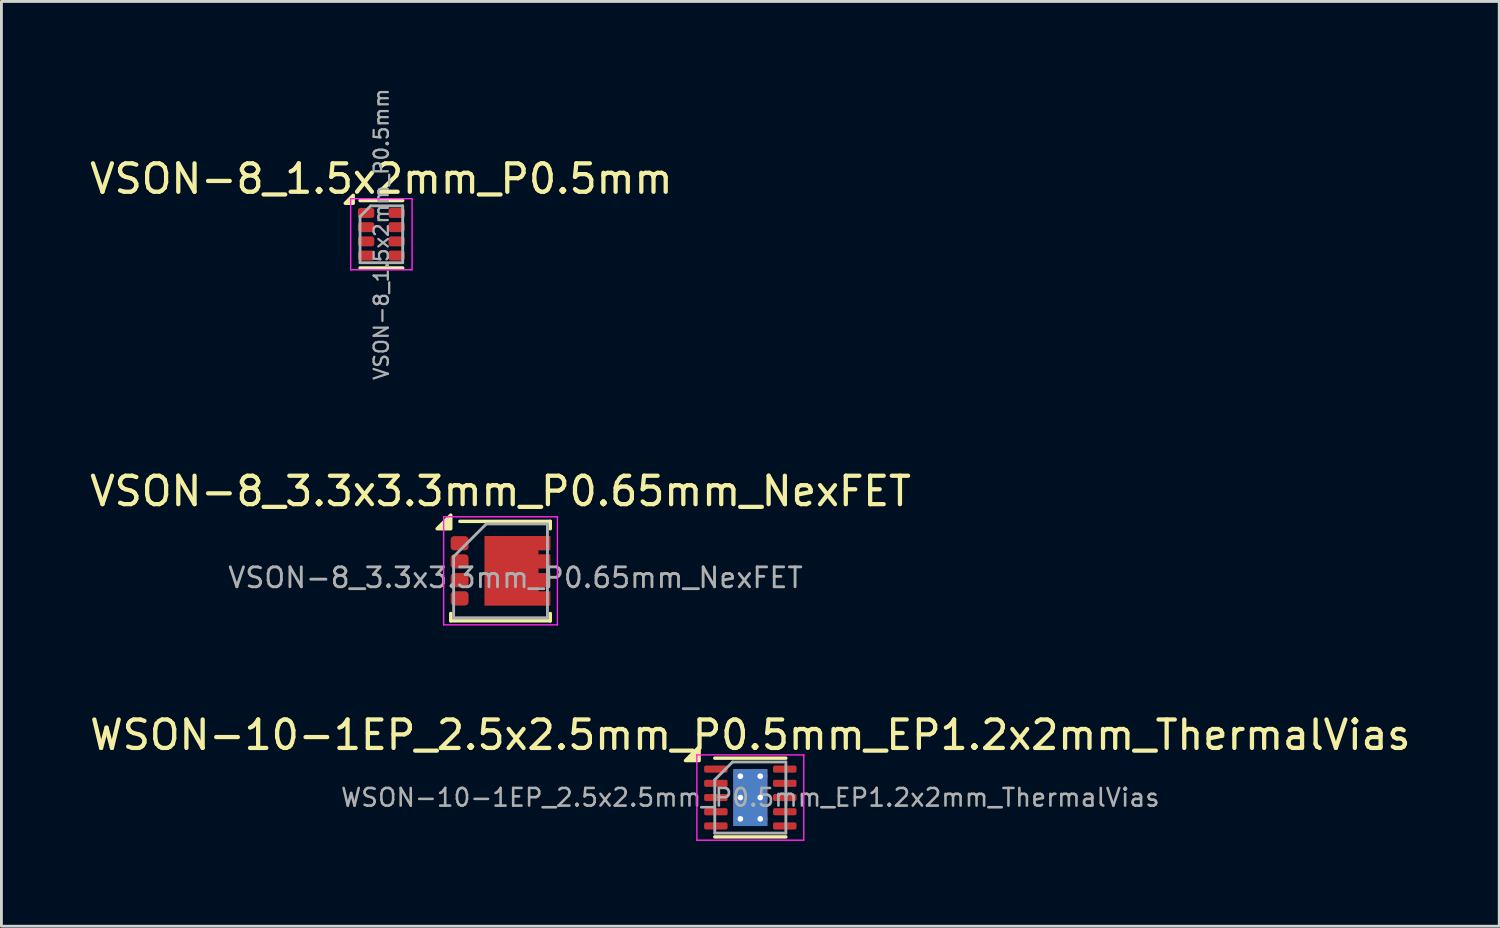
<source format=kicad_pcb>
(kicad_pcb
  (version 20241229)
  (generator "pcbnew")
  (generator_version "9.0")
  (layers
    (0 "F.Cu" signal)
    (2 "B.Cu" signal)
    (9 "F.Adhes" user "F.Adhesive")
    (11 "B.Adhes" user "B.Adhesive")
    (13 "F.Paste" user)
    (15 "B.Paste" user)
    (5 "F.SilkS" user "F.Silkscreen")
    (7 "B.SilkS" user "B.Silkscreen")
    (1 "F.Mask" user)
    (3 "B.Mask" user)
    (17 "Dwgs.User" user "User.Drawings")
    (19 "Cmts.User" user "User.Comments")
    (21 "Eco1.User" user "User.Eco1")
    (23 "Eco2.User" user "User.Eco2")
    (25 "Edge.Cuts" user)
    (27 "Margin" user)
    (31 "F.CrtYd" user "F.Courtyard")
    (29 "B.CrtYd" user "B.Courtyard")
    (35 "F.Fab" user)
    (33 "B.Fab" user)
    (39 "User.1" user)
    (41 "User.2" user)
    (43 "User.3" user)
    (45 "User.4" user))
  (footprint "VSON-8_1.5x2mm_P0.5mm"
    (layer "F.Cu")
    (at 10.363 5.189)
    (property "Reference" "VSON-8_1.5x2mm_P0.5mm" (at 0 -1.95 0) (layer "F.SilkS") (effects (font (size 1 1) (thickness 0.15))))
    (attr smd)
    (fp_line (start -0.75 -1.185) (end 0.75 -1.185) (stroke (width 0.12) (type solid)) (layer "F.SilkS"))
    (fp_line (start -0.75 1.185) (end 0.75 1.185) (stroke (width 0.12) (type solid)) (layer "F.SilkS"))
    (fp_poly (pts (xy -0.99 -1.09) (xy -1.27 -1.09) (xy -0.99 -1.37) (xy -0.99 -1.09)) (stroke (width 0.12) (type solid)) (fill yes) (layer "F.SilkS"))
    (fp_line (start -1.08 -1.25) (end -1.08 1.25) (stroke (width 0.05) (type solid)) (layer "F.CrtYd"))
    (fp_line (start -1.08 1.25) (end 1.08 1.25) (stroke (width 0.05) (type solid)) (layer "F.CrtYd"))
    (fp_line (start 1.08 -1.25) (end -1.08 -1.25) (stroke (width 0.05) (type solid)) (layer "F.CrtYd"))
    (fp_line (start 1.08 1.25) (end 1.08 -1.25) (stroke (width 0.05) (type solid)) (layer "F.CrtYd"))
    (fp_line (start -0.75 -0.625) (end -0.375 -1) (stroke (width 0.1) (type solid)) (layer "F.Fab"))
    (fp_line (start -0.75 1) (end -0.75 -0.625) (stroke (width 0.1) (type solid)) (layer "F.Fab"))
    (fp_line (start -0.375 -1) (end 0.75 -1) (stroke (width 0.1) (type solid)) (layer "F.Fab"))
    (fp_line (start 0.75 -1) (end 0.75 1) (stroke (width 0.1) (type solid)) (layer "F.Fab"))
    (fp_line (start 0.75 1) (end -0.75 1) (stroke (width 0.1) (type solid)) (layer "F.Fab"))
    (fp_text user "${REFERENCE}" (at 0 0 90) (layer "F.Fab") (effects (font (size 0.5 0.5) (thickness 0.08))))
    (pad "1" smd roundrect (at -0.537 -0.75) (size 0.575 0.35) (layers "F.Cu" "F.Mask" "F.Paste") (roundrect_rratio 0.25))
    (pad "2" smd roundrect (at -0.537 -0.25) (size 0.575 0.35) (layers "F.Cu" "F.Mask" "F.Paste") (roundrect_rratio 0.25))
    (pad "3" smd roundrect (at -0.537 0.25) (size 0.575 0.35) (layers "F.Cu" "F.Mask" "F.Paste") (roundrect_rratio 0.25))
    (pad "4" smd roundrect (at -0.537 0.75) (size 0.575 0.35) (layers "F.Cu" "F.Mask" "F.Paste") (roundrect_rratio 0.25))
    (pad "5" smd roundrect (at 0.537 0.75) (size 0.575 0.35) (layers "F.Cu" "F.Mask" "F.Paste") (roundrect_rratio 0.25))
    (pad "6" smd roundrect (at 0.537 0.25) (size 0.575 0.35) (layers "F.Cu" "F.Mask" "F.Paste") (roundrect_rratio 0.25))
    (pad "7" smd roundrect (at 0.537 -0.25) (size 0.575 0.35) (layers "F.Cu" "F.Mask" "F.Paste") (roundrect_rratio 0.25))
    (pad "8" smd roundrect (at 0.537 -0.75) (size 0.575 0.35) (layers "F.Cu" "F.Mask" "F.Paste") (roundrect_rratio 0.25)))
  (footprint "WSON-10-1EP_2.5x2.5mm_P0.5mm_EP1.2x2mm_ThermalVias"
    (layer "F.Cu")
    (at 23.339 25)
    (property "Reference" "WSON-10-1EP_2.5x2.5mm_P0.5mm_EP1.2x2mm_ThermalVias" (at 0 -2.2 0) (layer "F.SilkS") (effects (font (size 1 1) (thickness 0.15))))
    (attr smd)
    (fp_line (start -1.25 -1.385) (end 1.25 -1.385) (stroke (width 0.12) (type solid)) (layer "F.SilkS"))
    (fp_line (start -1.25 1.385) (end 1.25 1.385) (stroke (width 0.12) (type solid)) (layer "F.SilkS"))
    (fp_poly (pts (xy -1.8 -1.3) (xy -2.28 -1.3) (xy -1.8 -1.78) (xy -1.8 -1.3)) (stroke (width 0.12) (type solid)) (fill yes) (layer "F.SilkS"))
    (fp_line (start -1.88 -1.5) (end -1.88 1.5) (stroke (width 0.05) (type solid)) (layer "F.CrtYd"))
    (fp_line (start -1.88 1.5) (end 1.88 1.5) (stroke (width 0.05) (type solid)) (layer "F.CrtYd"))
    (fp_line (start 1.88 -1.5) (end -1.88 -1.5) (stroke (width 0.05) (type solid)) (layer "F.CrtYd"))
    (fp_line (start 1.88 1.5) (end 1.88 -1.5) (stroke (width 0.05) (type solid)) (layer "F.CrtYd"))
    (fp_line (start -1.25 -0.625) (end -0.625 -1.25) (stroke (width 0.1) (type solid)) (layer "F.Fab"))
    (fp_line (start -1.25 1.25) (end -1.25 -0.625) (stroke (width 0.1) (type solid)) (layer "F.Fab"))
    (fp_line (start -0.625 -1.25) (end 1.25 -1.25) (stroke (width 0.1) (type solid)) (layer "F.Fab"))
    (fp_line (start 1.25 -1.25) (end 1.25 1.25) (stroke (width 0.1) (type solid)) (layer "F.Fab"))
    (fp_line (start 1.25 1.25) (end -1.25 1.25) (stroke (width 0.1) (type solid)) (layer "F.Fab"))
    (fp_text user "${REFERENCE}" (at 0 0 0) (layer "F.Fab") (effects (font (size 0.62 0.62) (thickness 0.09))))
    (pad "" smd roundrect (at -0.3 -0.5) (size 0.52 0.87) (layers "F.Paste") (roundrect_rratio 0.25))
    (pad "" smd roundrect (at -0.3 0.5) (size 0.52 0.87) (layers "F.Paste") (roundrect_rratio 0.25))
    (pad "" smd roundrect (at 0.3 -0.5) (size 0.52 0.87) (layers "F.Paste") (roundrect_rratio 0.25))
    (pad "" smd roundrect (at 0.3 0.5) (size 0.52 0.87) (layers "F.Paste") (roundrect_rratio 0.25))
    (pad "1" smd roundrect (at -1.212 -1) (size 0.825 0.25) (layers "F.Cu" "F.Mask" "F.Paste") (roundrect_rratio 0.25))
    (pad "2" smd roundrect (at -1.212 -0.5) (size 0.825 0.25) (layers "F.Cu" "F.Mask" "F.Paste") (roundrect_rratio 0.25))
    (pad "3" smd roundrect (at -1.212 0) (size 0.825 0.25) (layers "F.Cu" "F.Mask" "F.Paste") (roundrect_rratio 0.25))
    (pad "4" smd roundrect (at -1.212 0.5) (size 0.825 0.25) (layers "F.Cu" "F.Mask" "F.Paste") (roundrect_rratio 0.25))
    (pad "5" smd roundrect (at -1.212 1) (size 0.825 0.25) (layers "F.Cu" "F.Mask" "F.Paste") (roundrect_rratio 0.25))
    (pad "6" smd roundrect (at 1.212 1) (size 0.825 0.25) (layers "F.Cu" "F.Mask" "F.Paste") (roundrect_rratio 0.25))
    (pad "7" smd roundrect (at 1.212 0.5) (size 0.825 0.25) (layers "F.Cu" "F.Mask" "F.Paste") (roundrect_rratio 0.25))
    (pad "8" smd roundrect (at 1.212 0) (size 0.825 0.25) (layers "F.Cu" "F.Mask" "F.Paste") (roundrect_rratio 0.25))
    (pad "9" smd roundrect (at 1.212 -0.5) (size 0.825 0.25) (layers "F.Cu" "F.Mask" "F.Paste") (roundrect_rratio 0.25))
    (pad "10" smd roundrect (at 1.212 -1) (size 0.825 0.25) (layers "F.Cu" "F.Mask" "F.Paste") (roundrect_rratio 0.25))
    (pad "11" thru_hole circle (at -0.35 -0.75) (size 0.5 0.5) (drill 0.2) (property pad_prop_heatsink) (layers "*.Cu"))
    (pad "11" thru_hole circle (at -0.35 0) (size 0.5 0.5) (drill 0.2) (property pad_prop_heatsink) (layers "*.Cu"))
    (pad "11" thru_hole circle (at -0.35 0.75) (size 0.5 0.5) (drill 0.2) (property pad_prop_heatsink) (layers "*.Cu"))
    (pad "11" smd rect (at 0 0) (size 1.2 2) (property pad_prop_heatsink) (layers "F.Cu" "F.Mask"))
    (pad "11" smd rect (at 0 0) (size 1.2 2) (property pad_prop_heatsink) (layers "B.Cu"))
    (pad "11" thru_hole circle (at 0.35 -0.75) (size 0.5 0.5) (drill 0.2) (property pad_prop_heatsink) (layers "*.Cu"))
    (pad "11" thru_hole circle (at 0.35 0) (size 0.5 0.5) (drill 0.2) (property pad_prop_heatsink) (layers "*.Cu"))
    (pad "11" thru_hole circle (at 0.35 0.75) (size 0.5 0.5) (drill 0.2) (property pad_prop_heatsink) (layers "*.Cu")))
  (footprint "VSON-8_3.3x3.3mm_P0.65mm_NexFET"
    (layer "F.Cu")
    (at 14.554 17.026)
    (property "Reference" "VSON-8_3.3x3.3mm_P0.65mm_NexFET" (at 0 -2.8 0) (layer "F.SilkS") (effects (font (size 1 1) (thickness 0.15))))
    (attr smd)
    (fp_line (start -1.75 1.5) (end -1.75 1.76) (stroke (width 0.12) (type solid)) (layer "F.SilkS"))
    (fp_line (start -1.75 1.76) (end 1.75 1.76) (stroke (width 0.12) (type solid)) (layer "F.SilkS"))
    (fp_line (start -1.43 -1.74) (end 1.75 -1.74) (stroke (width 0.12) (type solid)) (layer "F.SilkS"))
    (fp_line (start 1.75 -1.74) (end 1.75 -1.48) (stroke (width 0.12) (type solid)) (layer "F.SilkS"))
    (fp_line (start 1.75 1.5) (end 1.75 1.76) (stroke (width 0.12) (type solid)) (layer "F.SilkS"))
    (fp_poly (pts (xy -1.75 -1.48) (xy -2.23 -1.48) (xy -1.75 -1.96) (xy -1.75 -1.48)) (stroke (width 0.12) (type solid)) (fill yes) (layer "F.SilkS"))
    (fp_line (start -2 -1.9) (end -2 1.9) (stroke (width 0.05) (type solid)) (layer "F.CrtYd"))
    (fp_line (start -2 -1.9) (end 2 -1.9) (stroke (width 0.05) (type solid)) (layer "F.CrtYd"))
    (fp_line (start -2 1.9) (end 2 1.9) (stroke (width 0.05) (type solid)) (layer "F.CrtYd"))
    (fp_line (start 2 -1.9) (end 2 1.9) (stroke (width 0.05) (type solid)) (layer "F.CrtYd"))
    (fp_line (start -1.65 -0.5) (end -0.5 -1.65) (stroke (width 0.1) (type solid)) (layer "F.Fab"))
    (fp_line (start -1.65 1.65) (end -1.65 -0.5) (stroke (width 0.1) (type solid)) (layer "F.Fab"))
    (fp_line (start -0.5 -1.65) (end 1.65 -1.65) (stroke (width 0.1) (type solid)) (layer "F.Fab"))
    (fp_line (start 1.65 -1.65) (end 1.65 1.65) (stroke (width 0.1) (type solid)) (layer "F.Fab"))
    (fp_line (start 1.65 1.65) (end -1.65 1.65) (stroke (width 0.1) (type solid)) (layer "F.Fab"))
    (fp_text user "${REFERENCE}" (at 0.526 0.242 0) (layer "F.Fab") (effects (font (size 0.7 0.7) (thickness 0.1))))
    (pad "" smd rect (at -0.09 -0.61) (size 0.57 0.738) (layers "F.Paste"))
    (pad "" smd rect (at -0.09 0.61) (size 0.57 0.738) (layers "F.Paste"))
    (pad "" smd rect (at 0.86 -0.61) (size 0.57 0.738) (layers "F.Paste"))
    (pad "" smd rect (at 0.86 0.61) (size 0.57 0.738) (layers "F.Paste"))
    (pad "" smd roundrect (at 1.44 -0.973) (size 0.63 0.5) (layers "F.Paste") (roundrect_rratio 0.25))
    (pad "" smd roundrect (at 1.44 -0.33) (size 0.63 0.5) (layers "F.Paste") (roundrect_rratio 0.25))
    (pad "" smd roundrect (at 1.44 0.33) (size 0.63 0.5) (layers "F.Paste") (roundrect_rratio 0.25))
    (pad "" smd roundrect (at 1.44 0.973) (size 0.63 0.5) (layers "F.Paste") (roundrect_rratio 0.25))
    (pad "1" smd roundrect (at -1.44 -0.97) (size 0.63 0.5) (layers "F.Cu" "F.Mask" "F.Paste") (roundrect_rratio 0.25))
    (pad "2" smd roundrect (at -1.44 -0.33) (size 0.63 0.5) (layers "F.Cu" "F.Mask" "F.Paste") (roundrect_rratio 0.25))
    (pad "3" smd roundrect (at -1.44 0.33) (size 0.63 0.5) (layers "F.Cu" "F.Mask" "F.Paste") (roundrect_rratio 0.25))
    (pad "4" smd roundrect (at -1.44 0.97) (size 0.63 0.5) (layers "F.Cu" "F.Mask" "F.Paste") (roundrect_rratio 0.25))
    (pad "5" smd custom (at 0.385 0) (size 1.9 2.45) (layers "F.Cu" "F.Mask") (options (anchor rect)) (primitives (gr_poly (pts (xy 1.371 -0.72) (xy 0.95 -0.72) (xy 0.95 -0.58) (xy 1.37 -0.58) (xy 1.37 -0.08) (xy 0.95 -0.08) (xy 0.95 0.08) (xy 1.37 0.08) (xy 1.37 0.58) (xy 0.95 0.58) (xy 0.95 0.72) (xy 1.37 0.72) (xy 1.37 1.225) (xy -0.95 1.225) (xy -0.95 -1.225) (xy 1.371 -1.225)) (width 0) (fill yes)))))
  (gr_rect
    (start -3 -3)
    (end 49.679 29.525)
    (stroke (width 0.1) (type default))
    (fill no)
    (layer "Edge.Cuts")))
</source>
